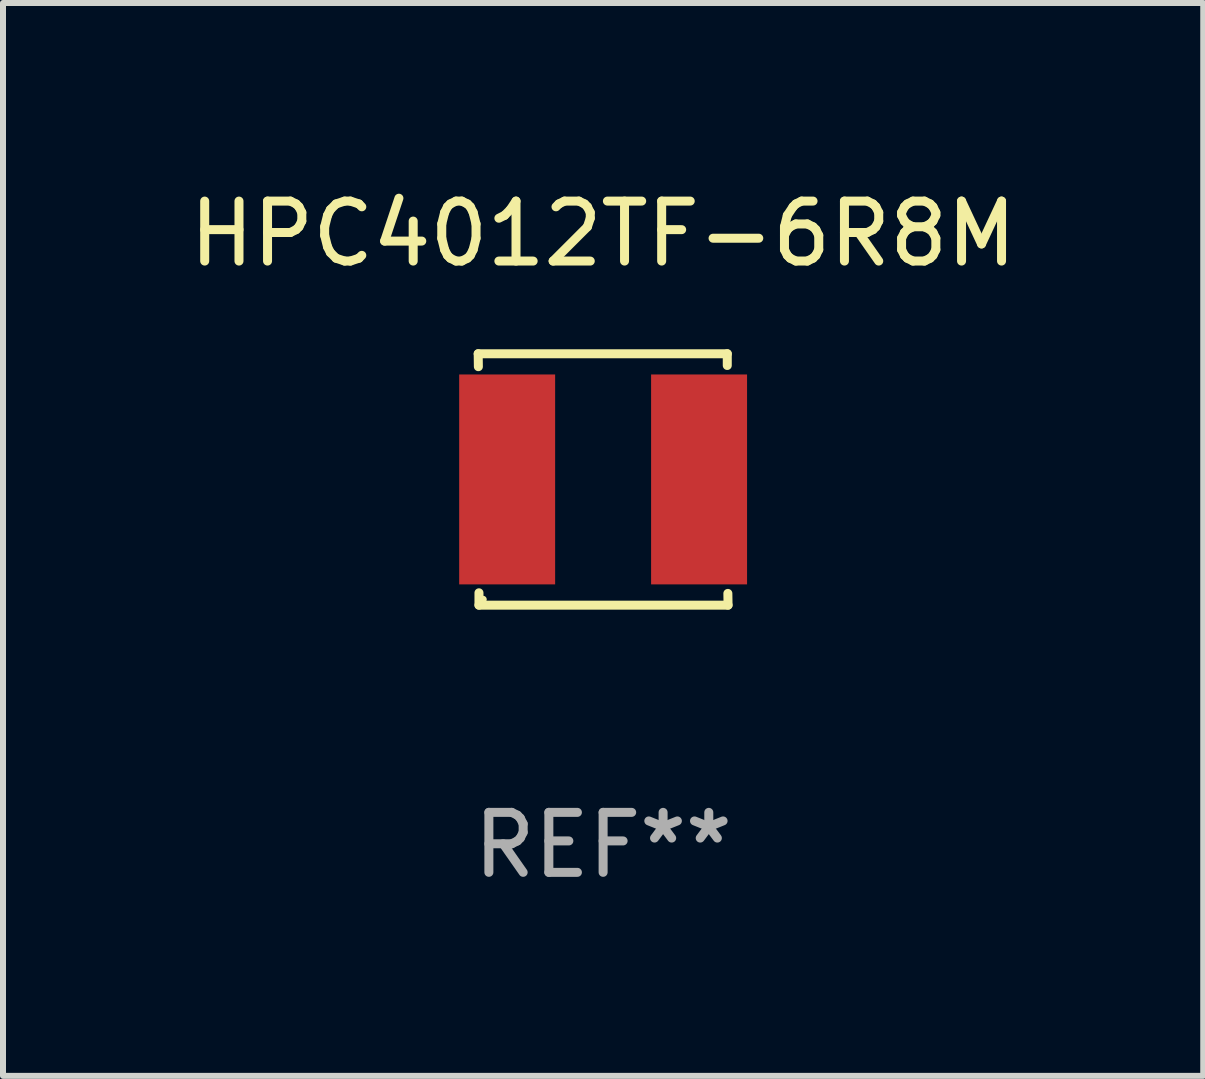
<source format=kicad_pcb>
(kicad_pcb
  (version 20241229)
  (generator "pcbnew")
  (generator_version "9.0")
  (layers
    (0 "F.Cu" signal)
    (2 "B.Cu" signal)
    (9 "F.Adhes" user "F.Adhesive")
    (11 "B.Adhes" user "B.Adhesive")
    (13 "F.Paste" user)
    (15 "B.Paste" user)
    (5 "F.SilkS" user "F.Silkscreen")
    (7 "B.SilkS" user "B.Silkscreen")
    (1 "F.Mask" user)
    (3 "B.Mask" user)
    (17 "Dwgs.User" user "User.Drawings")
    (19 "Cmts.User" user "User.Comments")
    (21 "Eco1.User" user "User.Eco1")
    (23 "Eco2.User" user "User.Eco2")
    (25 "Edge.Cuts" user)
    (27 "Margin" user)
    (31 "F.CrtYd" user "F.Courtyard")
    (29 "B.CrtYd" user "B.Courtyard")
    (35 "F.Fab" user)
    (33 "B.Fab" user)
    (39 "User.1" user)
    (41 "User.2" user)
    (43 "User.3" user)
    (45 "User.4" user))
  (footprint "HPC4012TF-6R8M"
    (layer "F.Cu")
    (at 7.006 4.944)
    (property "Reference" "HPC4012TF-6R8M" (at 0 -4.096 0) (layer "F.SilkS") (effects (font (size 1 1) (thickness 0.15))))
    (attr through_hole)
    (fp_line (start -2.083 -2.096) (end -2.08 -1.88) (stroke (width 0.15) (type solid)) (layer "F.SilkS"))
    (fp_line (start -2.07 1.89) (end -2.07 2.096) (stroke (width 0.15) (type solid)) (layer "F.SilkS"))
    (fp_line (start -2.07 2.096) (end 2.083 2.096) (stroke (width 0.15) (type solid)) (layer "F.SilkS"))
    (fp_line (start 2.07 -1.9) (end 2.07 -2.096) (stroke (width 0.15) (type solid)) (layer "F.SilkS"))
    (fp_line (start 2.07 -2.096) (end -2.083 -2.096) (stroke (width 0.15) (type solid)) (layer "F.SilkS"))
    (fp_line (start 2.083 2.096) (end 2.08 1.9) (stroke (width 0.15) (type solid)) (layer "F.SilkS"))
    (fp_circle (center -2 2) (end -1.97 2) (stroke (width 0.06) (type solid)) (fill no) (layer "F.SilkS"))
    (fp_text user "REF**" (at 0 6.096 0) (layer "F.Fab") (effects (font (size 1 1) (thickness 0.15))))
    (pad "1" smd rect (at -1.6 -0.000343) (size 1.6 3.5) (layers "F.Cu" "F.Mask" "F.Paste"))
    (pad "2" smd rect (at 1.6 -0.000343) (size 1.6 3.5) (layers "F.Cu" "F.Mask" "F.Paste")))
  (gr_rect
    (start -3 -3)
    (end 17.012 14.888)
    (stroke (width 0.1) (type default))
    (fill no)
    (layer "Edge.Cuts")))
</source>
